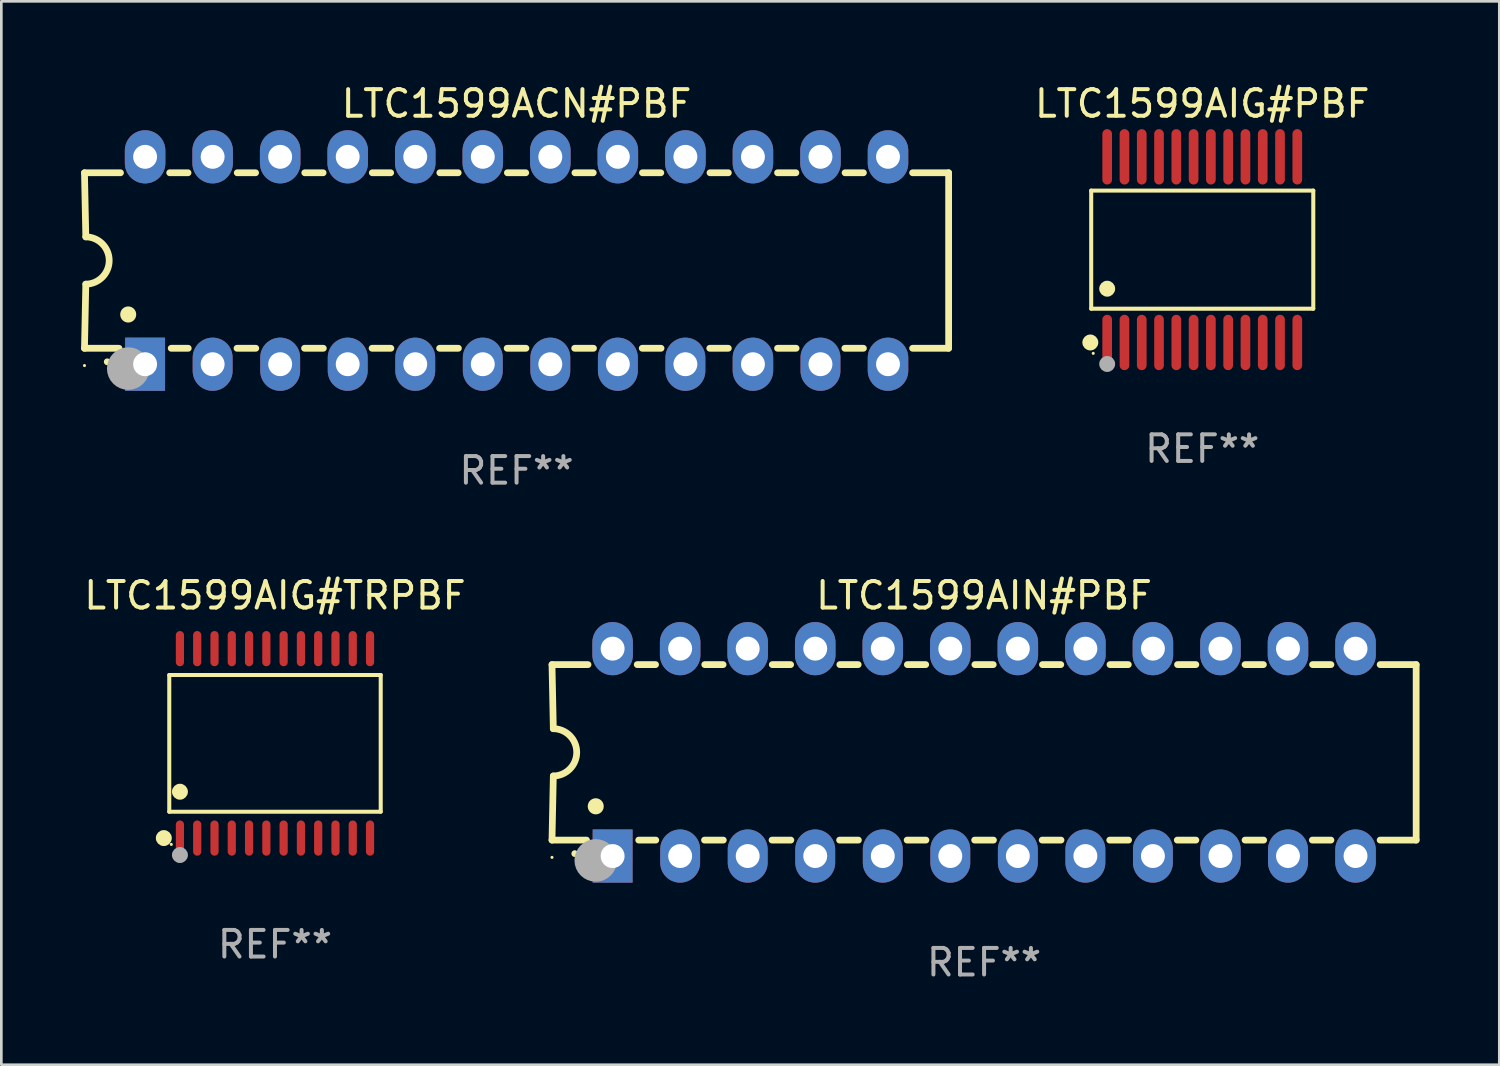
<source format=kicad_pcb>
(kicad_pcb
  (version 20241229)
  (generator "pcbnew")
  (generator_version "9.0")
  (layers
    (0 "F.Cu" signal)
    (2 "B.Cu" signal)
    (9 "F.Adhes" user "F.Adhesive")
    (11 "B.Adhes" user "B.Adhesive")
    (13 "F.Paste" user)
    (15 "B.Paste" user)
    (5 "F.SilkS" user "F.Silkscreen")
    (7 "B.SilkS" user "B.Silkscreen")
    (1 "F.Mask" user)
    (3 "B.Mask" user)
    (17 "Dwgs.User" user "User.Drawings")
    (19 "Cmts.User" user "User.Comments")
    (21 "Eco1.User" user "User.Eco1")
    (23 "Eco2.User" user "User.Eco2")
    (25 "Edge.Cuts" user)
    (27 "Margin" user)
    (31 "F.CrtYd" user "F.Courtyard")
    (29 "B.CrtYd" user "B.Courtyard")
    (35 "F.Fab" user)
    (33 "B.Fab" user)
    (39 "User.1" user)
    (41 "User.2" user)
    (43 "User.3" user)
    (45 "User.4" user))
  (footprint "LTC1599AIG#PBF"
    (layer "F.Cu")
    (at 42.165 6.339)
    (property "Reference" "LTC1599AIG#PBF" (at 0 -5.491 0) (layer "F.SilkS") (effects (font (size 1 1) (thickness 0.15))))
    (attr through_hole)
    (fp_line (start -4.176 -2.221) (end 4.176 -2.221) (stroke (width 0.152) (type solid)) (layer "F.SilkS"))
    (fp_line (start -4.176 2.221) (end -4.176 -2.221) (stroke (width 0.152) (type solid)) (layer "F.SilkS"))
    (fp_line (start 4.176 -2.221) (end 4.176 2.221) (stroke (width 0.152) (type solid)) (layer "F.SilkS"))
    (fp_line (start 4.176 2.221) (end -4.176 2.221) (stroke (width 0.152) (type solid)) (layer "F.SilkS"))
    (fp_circle (center -4.209 3.491) (end -4.059 3.491) (stroke (width 0.3) (type solid)) (fill no) (layer "F.SilkS"))
    (fp_circle (center -4.1 3.9) (end -4.07 3.9) (stroke (width 0.06) (type solid)) (fill no) (layer "F.SilkS"))
    (fp_circle (center -3.575 1.469) (end -3.425 1.469) (stroke (width 0.3) (type solid)) (fill no) (layer "F.SilkS"))
    (fp_circle (center -3.575 4.3) (end -3.425 4.3) (stroke (width 0.3) (type solid)) (fill no) (layer "F.Fab"))
    (fp_text user "REF**" (at 0 7.491 0) (layer "F.Fab") (effects (font (size 1 1) (thickness 0.15))))
    (pad "1" smd oval (at -3.575 3.491) (size 0.364 2.082) (layers "F.Cu" "F.Mask" "F.Paste"))
    (pad "2" smd oval (at -2.925 3.491) (size 0.364 2.082) (layers "F.Cu" "F.Mask" "F.Paste"))
    (pad "3" smd oval (at -2.275 3.491) (size 0.364 2.082) (layers "F.Cu" "F.Mask" "F.Paste"))
    (pad "4" smd oval (at -1.625 3.491) (size 0.364 2.082) (layers "F.Cu" "F.Mask" "F.Paste"))
    (pad "5" smd oval (at -0.975 3.491) (size 0.364 2.082) (layers "F.Cu" "F.Mask" "F.Paste"))
    (pad "6" smd oval (at -0.325 3.491) (size 0.364 2.082) (layers "F.Cu" "F.Mask" "F.Paste"))
    (pad "7" smd oval (at 0.325 3.491) (size 0.364 2.082) (layers "F.Cu" "F.Mask" "F.Paste"))
    (pad "8" smd oval (at 0.975 3.491) (size 0.364 2.082) (layers "F.Cu" "F.Mask" "F.Paste"))
    (pad "9" smd oval (at 1.625 3.491) (size 0.364 2.082) (layers "F.Cu" "F.Mask" "F.Paste"))
    (pad "10" smd oval (at 2.275 3.491) (size 0.364 2.082) (layers "F.Cu" "F.Mask" "F.Paste"))
    (pad "11" smd oval (at 2.925 3.491) (size 0.364 2.082) (layers "F.Cu" "F.Mask" "F.Paste"))
    (pad "12" smd oval (at 3.575 3.491) (size 0.364 2.082) (layers "F.Cu" "F.Mask" "F.Paste"))
    (pad "13" smd oval (at 3.575 -3.491) (size 0.364 2.082) (layers "F.Cu" "F.Mask" "F.Paste"))
    (pad "14" smd oval (at 2.925 -3.491) (size 0.364 2.082) (layers "F.Cu" "F.Mask" "F.Paste"))
    (pad "15" smd oval (at 2.275 -3.491) (size 0.364 2.082) (layers "F.Cu" "F.Mask" "F.Paste"))
    (pad "16" smd oval (at 1.625 -3.491) (size 0.364 2.082) (layers "F.Cu" "F.Mask" "F.Paste"))
    (pad "17" smd oval (at 0.975 -3.491) (size 0.364 2.082) (layers "F.Cu" "F.Mask" "F.Paste"))
    (pad "18" smd oval (at 0.325 -3.491) (size 0.364 2.082) (layers "F.Cu" "F.Mask" "F.Paste"))
    (pad "19" smd oval (at -0.325 -3.491) (size 0.364 2.082) (layers "F.Cu" "F.Mask" "F.Paste"))
    (pad "20" smd oval (at -0.975 -3.491) (size 0.364 2.082) (layers "F.Cu" "F.Mask" "F.Paste"))
    (pad "21" smd oval (at -1.625 -3.491) (size 0.364 2.082) (layers "F.Cu" "F.Mask" "F.Paste"))
    (pad "22" smd oval (at -2.275 -3.491) (size 0.364 2.082) (layers "F.Cu" "F.Mask" "F.Paste"))
    (pad "23" smd oval (at -2.925 -3.491) (size 0.364 2.082) (layers "F.Cu" "F.Mask" "F.Paste"))
    (pad "24" smd oval (at -3.575 -3.491) (size 0.364 2.082) (layers "F.Cu" "F.Mask" "F.Paste")))
  (footprint "LTC1599AIN#PBF"
    (layer "F.Cu")
    (at 33.96 25.245)
    (property "Reference" "LTC1599AIN#PBF" (at 0 -5.9 0) (layer "F.SilkS") (effects (font (size 1 1) (thickness 0.15))))
    (attr through_hole)
    (fp_line (start -16.25 -3.3) (end -16.2 -0.889) (stroke (width 0.254) (type solid)) (layer "F.SilkS"))
    (fp_line (start -16.25 -3.3) (end -14.895 -3.3) (stroke (width 0.254) (type solid)) (layer "F.SilkS"))
    (fp_line (start -16.25 3.3) (end -16.2 0.889) (stroke (width 0.254) (type solid)) (layer "F.SilkS"))
    (fp_line (start -16.25 3.3) (end -14.951 3.3) (stroke (width 0.254) (type solid)) (layer "F.SilkS"))
    (fp_line (start -13.045 -3.3) (end -12.355 -3.3) (stroke (width 0.254) (type solid)) (layer "F.SilkS"))
    (fp_line (start -12.989 3.3) (end -12.347 3.3) (stroke (width 0.254) (type solid)) (layer "F.SilkS"))
    (fp_line (start -10.514 3.3) (end -9.807 3.3) (stroke (width 0.254) (type solid)) (layer "F.SilkS"))
    (fp_line (start -10.505 -3.3) (end -9.815 -3.3) (stroke (width 0.254) (type solid)) (layer "F.SilkS"))
    (fp_line (start -7.974 3.3) (end -7.267 3.3) (stroke (width 0.254) (type solid)) (layer "F.SilkS"))
    (fp_line (start -7.965 -3.3) (end -7.275 -3.3) (stroke (width 0.254) (type solid)) (layer "F.SilkS"))
    (fp_line (start -5.434 3.3) (end -4.727 3.3) (stroke (width 0.254) (type solid)) (layer "F.SilkS"))
    (fp_line (start -5.425 -3.3) (end -4.735 -3.3) (stroke (width 0.254) (type solid)) (layer "F.SilkS"))
    (fp_line (start -2.894 3.3) (end -2.187 3.3) (stroke (width 0.254) (type solid)) (layer "F.SilkS"))
    (fp_line (start -2.885 -3.3) (end -2.195 -3.3) (stroke (width 0.254) (type solid)) (layer "F.SilkS"))
    (fp_line (start -0.354 3.3) (end 0.353 3.3) (stroke (width 0.254) (type solid)) (layer "F.SilkS"))
    (fp_line (start -0.345 -3.3) (end 0.345 -3.3) (stroke (width 0.254) (type solid)) (layer "F.SilkS"))
    (fp_line (start 2.186 3.3) (end 2.893 3.3) (stroke (width 0.254) (type solid)) (layer "F.SilkS"))
    (fp_line (start 2.195 -3.3) (end 2.885 -3.3) (stroke (width 0.254) (type solid)) (layer "F.SilkS"))
    (fp_line (start 4.726 3.3) (end 5.434 3.3) (stroke (width 0.254) (type solid)) (layer "F.SilkS"))
    (fp_line (start 4.735 -3.3) (end 5.425 -3.3) (stroke (width 0.254) (type solid)) (layer "F.SilkS"))
    (fp_line (start 7.266 3.3) (end 7.965 3.3) (stroke (width 0.254) (type solid)) (layer "F.SilkS"))
    (fp_line (start 7.275 -3.3) (end 7.965 -3.3) (stroke (width 0.254) (type solid)) (layer "F.SilkS"))
    (fp_line (start 9.815 -3.3) (end 10.505 -3.3) (stroke (width 0.254) (type solid)) (layer "F.SilkS"))
    (fp_line (start 9.815 3.3) (end 10.514 3.3) (stroke (width 0.254) (type solid)) (layer "F.SilkS"))
    (fp_line (start 12.346 3.3) (end 13.045 3.3) (stroke (width 0.254) (type solid)) (layer "F.SilkS"))
    (fp_line (start 12.355 -3.3) (end 13.045 -3.3) (stroke (width 0.254) (type solid)) (layer "F.SilkS"))
    (fp_line (start 16.25 -3.3) (end 14.895 -3.3) (stroke (width 0.254) (type solid)) (layer "F.SilkS"))
    (fp_line (start 16.25 -3.3) (end 16.25 3.3) (stroke (width 0.254) (type solid)) (layer "F.SilkS"))
    (fp_line (start 16.25 3.3) (end 14.895 3.3) (stroke (width 0.254) (type solid)) (layer "F.SilkS"))
    (fp_arc (start -16.201016 -0.890146) (mid -15.311429 -0.001055) (end -16.200025 0.889027) (stroke (width 0.254001) (type solid)) (layer "F.SilkS"))
    (fp_arc (start -15.394971 3.810033) (mid -15.394978 3.808763) (end -15.394971 3.807493) (stroke (width 0.25) (type solid)) (layer "F.SilkS"))
    (fp_arc (start -14.605029 2.032029) (mid -14.60504 2.029489) (end -14.605029 2.026949) (stroke (width 0.6) (type solid)) (layer "F.SilkS"))
    (fp_circle (center -16.25 3.95) (end -16.22 3.95) (stroke (width 0.06) (type solid)) (fill no) (layer "F.SilkS"))
    (fp_circle (center -14.605 4.064) (end -14.205 4.064) (stroke (width 0.8) (type solid)) (fill no) (layer "F.Fab"))
    (fp_text user "REF**" (at 0 7.9 0) (layer "F.Fab") (effects (font (size 1 1) (thickness 0.15))))
    (pad "1" thru_hole rect (at -13.97 3.9 90) (size 2 1.5) (drill 0.9) (layers "*.Cu" "*.Mask"))
    (pad "2" thru_hole oval (at -11.43 3.9 90) (size 2 1.5) (drill 0.9) (layers "*.Cu" "*.Mask"))
    (pad "3" thru_hole oval (at -8.89 3.9 90) (size 2 1.5) (drill 0.9) (layers "*.Cu" "*.Mask"))
    (pad "4" thru_hole oval (at -6.35 3.9 90) (size 2 1.5) (drill 0.9) (layers "*.Cu" "*.Mask"))
    (pad "5" thru_hole oval (at -3.81 3.9 90) (size 2 1.5) (drill 0.9) (layers "*.Cu" "*.Mask"))
    (pad "6" thru_hole oval (at -1.27 3.9 90) (size 2 1.5) (drill 0.9) (layers "*.Cu" "*.Mask"))
    (pad "7" thru_hole oval (at 1.27 3.9 90) (size 2 1.5) (drill 0.9) (layers "*.Cu" "*.Mask"))
    (pad "8" thru_hole oval (at 3.81 3.9 90) (size 2 1.5) (drill 0.9) (layers "*.Cu" "*.Mask"))
    (pad "9" thru_hole oval (at 6.35 3.9 90) (size 2 1.5) (drill 0.9) (layers "*.Cu" "*.Mask"))
    (pad "10" thru_hole oval (at 8.89 3.9 90) (size 2 1.524) (drill 0.9) (layers "*.Cu" "*.Mask"))
    (pad "11" thru_hole oval (at 11.43 3.9 90) (size 2 1.5) (drill 0.9) (layers "*.Cu" "*.Mask"))
    (pad "12" thru_hole oval (at 13.97 3.9 90) (size 2 1.524) (drill 0.9) (layers "*.Cu" "*.Mask"))
    (pad "13" thru_hole oval (at 13.97 -3.9 90) (size 2 1.524) (drill 0.9) (layers "*.Cu" "*.Mask"))
    (pad "14" thru_hole oval (at 11.43 -3.9 90) (size 2 1.524) (drill 0.9) (layers "*.Cu" "*.Mask"))
    (pad "15" thru_hole oval (at 8.89 -3.9 90) (size 2 1.524) (drill 0.9) (layers "*.Cu" "*.Mask"))
    (pad "16" thru_hole oval (at 6.35 -3.9 90) (size 2 1.524) (drill 0.9) (layers "*.Cu" "*.Mask"))
    (pad "17" thru_hole oval (at 3.81 -3.9 90) (size 2 1.524) (drill 0.9) (layers "*.Cu" "*.Mask"))
    (pad "18" thru_hole oval (at 1.27 -3.9 90) (size 2 1.524) (drill 0.9) (layers "*.Cu" "*.Mask"))
    (pad "19" thru_hole oval (at -1.27 -3.9 90) (size 2 1.524) (drill 0.9) (layers "*.Cu" "*.Mask"))
    (pad "20" thru_hole oval (at -3.81 -3.9 90) (size 2 1.524) (drill 0.9) (layers "*.Cu" "*.Mask"))
    (pad "21" thru_hole oval (at -6.35 -3.9 90) (size 2 1.524) (drill 0.9) (layers "*.Cu" "*.Mask"))
    (pad "22" thru_hole oval (at -8.89 -3.9 90) (size 2 1.524) (drill 0.9) (layers "*.Cu" "*.Mask"))
    (pad "23" thru_hole oval (at -11.43 -3.9 90) (size 2 1.524) (drill 0.9) (layers "*.Cu" "*.Mask"))
    (pad "24" thru_hole oval (at -13.97 -3.9 90) (size 2 1.524) (drill 0.9) (layers "*.Cu" "*.Mask")))
  (footprint "LTC1599ACN#PBF"
    (layer "F.Cu")
    (at 16.377 6.748)
    (property "Reference" "LTC1599ACN#PBF" (at 0 -5.9 0) (layer "F.SilkS") (effects (font (size 1 1) (thickness 0.15))))
    (attr through_hole)
    (fp_line (start -16.25 -3.3) (end -16.2 -0.889) (stroke (width 0.254) (type solid)) (layer "F.SilkS"))
    (fp_line (start -16.25 -3.3) (end -14.895 -3.3) (stroke (width 0.254) (type solid)) (layer "F.SilkS"))
    (fp_line (start -16.25 3.3) (end -16.2 0.889) (stroke (width 0.254) (type solid)) (layer "F.SilkS"))
    (fp_line (start -16.25 3.3) (end -14.951 3.3) (stroke (width 0.254) (type solid)) (layer "F.SilkS"))
    (fp_line (start -13.045 -3.3) (end -12.355 -3.3) (stroke (width 0.254) (type solid)) (layer "F.SilkS"))
    (fp_line (start -12.989 3.3) (end -12.347 3.3) (stroke (width 0.254) (type solid)) (layer "F.SilkS"))
    (fp_line (start -10.514 3.3) (end -9.807 3.3) (stroke (width 0.254) (type solid)) (layer "F.SilkS"))
    (fp_line (start -10.505 -3.3) (end -9.815 -3.3) (stroke (width 0.254) (type solid)) (layer "F.SilkS"))
    (fp_line (start -7.974 3.3) (end -7.267 3.3) (stroke (width 0.254) (type solid)) (layer "F.SilkS"))
    (fp_line (start -7.965 -3.3) (end -7.275 -3.3) (stroke (width 0.254) (type solid)) (layer "F.SilkS"))
    (fp_line (start -5.434 3.3) (end -4.727 3.3) (stroke (width 0.254) (type solid)) (layer "F.SilkS"))
    (fp_line (start -5.425 -3.3) (end -4.735 -3.3) (stroke (width 0.254) (type solid)) (layer "F.SilkS"))
    (fp_line (start -2.894 3.3) (end -2.187 3.3) (stroke (width 0.254) (type solid)) (layer "F.SilkS"))
    (fp_line (start -2.885 -3.3) (end -2.195 -3.3) (stroke (width 0.254) (type solid)) (layer "F.SilkS"))
    (fp_line (start -0.354 3.3) (end 0.353 3.3) (stroke (width 0.254) (type solid)) (layer "F.SilkS"))
    (fp_line (start -0.345 -3.3) (end 0.345 -3.3) (stroke (width 0.254) (type solid)) (layer "F.SilkS"))
    (fp_line (start 2.186 3.3) (end 2.893 3.3) (stroke (width 0.254) (type solid)) (layer "F.SilkS"))
    (fp_line (start 2.195 -3.3) (end 2.885 -3.3) (stroke (width 0.254) (type solid)) (layer "F.SilkS"))
    (fp_line (start 4.726 3.3) (end 5.434 3.3) (stroke (width 0.254) (type solid)) (layer "F.SilkS"))
    (fp_line (start 4.735 -3.3) (end 5.425 -3.3) (stroke (width 0.254) (type solid)) (layer "F.SilkS"))
    (fp_line (start 7.266 3.3) (end 7.965 3.3) (stroke (width 0.254) (type solid)) (layer "F.SilkS"))
    (fp_line (start 7.275 -3.3) (end 7.965 -3.3) (stroke (width 0.254) (type solid)) (layer "F.SilkS"))
    (fp_line (start 9.815 -3.3) (end 10.505 -3.3) (stroke (width 0.254) (type solid)) (layer "F.SilkS"))
    (fp_line (start 9.815 3.3) (end 10.514 3.3) (stroke (width 0.254) (type solid)) (layer "F.SilkS"))
    (fp_line (start 12.346 3.3) (end 13.045 3.3) (stroke (width 0.254) (type solid)) (layer "F.SilkS"))
    (fp_line (start 12.355 -3.3) (end 13.045 -3.3) (stroke (width 0.254) (type solid)) (layer "F.SilkS"))
    (fp_line (start 16.25 -3.3) (end 14.895 -3.3) (stroke (width 0.254) (type solid)) (layer "F.SilkS"))
    (fp_line (start 16.25 -3.3) (end 16.25 3.3) (stroke (width 0.254) (type solid)) (layer "F.SilkS"))
    (fp_line (start 16.25 3.3) (end 14.895 3.3) (stroke (width 0.254) (type solid)) (layer "F.SilkS"))
    (fp_arc (start -16.201016 -0.890146) (mid -15.311429 -0.001055) (end -16.200025 0.889027) (stroke (width 0.254001) (type solid)) (layer "F.SilkS"))
    (fp_arc (start -15.394971 3.810033) (mid -15.394978 3.808763) (end -15.394971 3.807493) (stroke (width 0.25) (type solid)) (layer "F.SilkS"))
    (fp_arc (start -14.605029 2.032029) (mid -14.60504 2.029489) (end -14.605029 2.026949) (stroke (width 0.6) (type solid)) (layer "F.SilkS"))
    (fp_circle (center -16.25 3.95) (end -16.22 3.95) (stroke (width 0.06) (type solid)) (fill no) (layer "F.SilkS"))
    (fp_circle (center -14.605 4.064) (end -14.205 4.064) (stroke (width 0.8) (type solid)) (fill no) (layer "F.Fab"))
    (fp_text user "REF**" (at 0 7.9 0) (layer "F.Fab") (effects (font (size 1 1) (thickness 0.15))))
    (pad "1" thru_hole rect (at -13.97 3.9 90) (size 2 1.5) (drill 0.9) (layers "*.Cu" "*.Mask"))
    (pad "2" thru_hole oval (at -11.43 3.9 90) (size 2 1.5) (drill 0.9) (layers "*.Cu" "*.Mask"))
    (pad "3" thru_hole oval (at -8.89 3.9 90) (size 2 1.5) (drill 0.9) (layers "*.Cu" "*.Mask"))
    (pad "4" thru_hole oval (at -6.35 3.9 90) (size 2 1.5) (drill 0.9) (layers "*.Cu" "*.Mask"))
    (pad "5" thru_hole oval (at -3.81 3.9 90) (size 2 1.5) (drill 0.9) (layers "*.Cu" "*.Mask"))
    (pad "6" thru_hole oval (at -1.27 3.9 90) (size 2 1.5) (drill 0.9) (layers "*.Cu" "*.Mask"))
    (pad "7" thru_hole oval (at 1.27 3.9 90) (size 2 1.5) (drill 0.9) (layers "*.Cu" "*.Mask"))
    (pad "8" thru_hole oval (at 3.81 3.9 90) (size 2 1.5) (drill 0.9) (layers "*.Cu" "*.Mask"))
    (pad "9" thru_hole oval (at 6.35 3.9 90) (size 2 1.5) (drill 0.9) (layers "*.Cu" "*.Mask"))
    (pad "10" thru_hole oval (at 8.89 3.9 90) (size 2 1.524) (drill 0.9) (layers "*.Cu" "*.Mask"))
    (pad "11" thru_hole oval (at 11.43 3.9 90) (size 2 1.5) (drill 0.9) (layers "*.Cu" "*.Mask"))
    (pad "12" thru_hole oval (at 13.97 3.9 90) (size 2 1.524) (drill 0.9) (layers "*.Cu" "*.Mask"))
    (pad "13" thru_hole oval (at 13.97 -3.9 90) (size 2 1.524) (drill 0.9) (layers "*.Cu" "*.Mask"))
    (pad "14" thru_hole oval (at 11.43 -3.9 90) (size 2 1.524) (drill 0.9) (layers "*.Cu" "*.Mask"))
    (pad "15" thru_hole oval (at 8.89 -3.9 90) (size 2 1.524) (drill 0.9) (layers "*.Cu" "*.Mask"))
    (pad "16" thru_hole oval (at 6.35 -3.9 90) (size 2 1.524) (drill 0.9) (layers "*.Cu" "*.Mask"))
    (pad "17" thru_hole oval (at 3.81 -3.9 90) (size 2 1.524) (drill 0.9) (layers "*.Cu" "*.Mask"))
    (pad "18" thru_hole oval (at 1.27 -3.9 90) (size 2 1.524) (drill 0.9) (layers "*.Cu" "*.Mask"))
    (pad "19" thru_hole oval (at -1.27 -3.9 90) (size 2 1.524) (drill 0.9) (layers "*.Cu" "*.Mask"))
    (pad "20" thru_hole oval (at -3.81 -3.9 90) (size 2 1.524) (drill 0.9) (layers "*.Cu" "*.Mask"))
    (pad "21" thru_hole oval (at -6.35 -3.9 90) (size 2 1.524) (drill 0.9) (layers "*.Cu" "*.Mask"))
    (pad "22" thru_hole oval (at -8.89 -3.9 90) (size 2 1.524) (drill 0.9) (layers "*.Cu" "*.Mask"))
    (pad "23" thru_hole oval (at -11.43 -3.9 90) (size 2 1.524) (drill 0.9) (layers "*.Cu" "*.Mask"))
    (pad "24" thru_hole oval (at -13.97 -3.9 90) (size 2 1.524) (drill 0.9) (layers "*.Cu" "*.Mask")))
  (footprint "LTC1599AIG#TRPBF"
    (layer "F.Cu")
    (at 7.292 24.907)
    (property "Reference" "LTC1599AIG#TRPBF" (at 0 -5.562 0) (layer "F.SilkS") (effects (font (size 1 1) (thickness 0.15))))
    (attr through_hole)
    (fp_line (start -3.976 -2.571) (end 3.976 -2.571) (stroke (width 0.152) (type solid)) (layer "F.SilkS"))
    (fp_line (start -3.976 2.571) (end -3.976 -2.571) (stroke (width 0.152) (type solid)) (layer "F.SilkS"))
    (fp_line (start 3.976 -2.571) (end 3.976 2.571) (stroke (width 0.152) (type solid)) (layer "F.SilkS"))
    (fp_line (start 3.976 2.571) (end -3.976 2.571) (stroke (width 0.152) (type solid)) (layer "F.SilkS"))
    (fp_circle (center -4.181 3.562) (end -4.031 3.562) (stroke (width 0.3) (type solid)) (fill no) (layer "F.SilkS"))
    (fp_circle (center -3.9 3.8) (end -3.87 3.8) (stroke (width 0.06) (type solid)) (fill no) (layer "F.SilkS"))
    (fp_circle (center -3.575 1.819) (end -3.425 1.819) (stroke (width 0.3) (type solid)) (fill no) (layer "F.SilkS"))
    (fp_circle (center -3.575 4.2) (end -3.425 4.2) (stroke (width 0.3) (type solid)) (fill no) (layer "F.Fab"))
    (fp_text user "REF**" (at 0 7.562 0) (layer "F.Fab") (effects (font (size 1 1) (thickness 0.15))))
    (pad "1" smd oval (at -3.575 3.562) (size 0.308 1.324) (layers "F.Cu" "F.Mask" "F.Paste"))
    (pad "2" smd oval (at -2.925 3.562) (size 0.308 1.324) (layers "F.Cu" "F.Mask" "F.Paste"))
    (pad "3" smd oval (at -2.275 3.562) (size 0.308 1.324) (layers "F.Cu" "F.Mask" "F.Paste"))
    (pad "4" smd oval (at -1.625 3.562) (size 0.308 1.324) (layers "F.Cu" "F.Mask" "F.Paste"))
    (pad "5" smd oval (at -0.975 3.562) (size 0.308 1.324) (layers "F.Cu" "F.Mask" "F.Paste"))
    (pad "6" smd oval (at -0.325 3.562) (size 0.308 1.324) (layers "F.Cu" "F.Mask" "F.Paste"))
    (pad "7" smd oval (at 0.325 3.562) (size 0.308 1.324) (layers "F.Cu" "F.Mask" "F.Paste"))
    (pad "8" smd oval (at 0.975 3.562) (size 0.308 1.324) (layers "F.Cu" "F.Mask" "F.Paste"))
    (pad "9" smd oval (at 1.625 3.562) (size 0.308 1.324) (layers "F.Cu" "F.Mask" "F.Paste"))
    (pad "10" smd oval (at 2.275 3.562) (size 0.308 1.324) (layers "F.Cu" "F.Mask" "F.Paste"))
    (pad "11" smd oval (at 2.925 3.562) (size 0.308 1.324) (layers "F.Cu" "F.Mask" "F.Paste"))
    (pad "12" smd oval (at 3.575 3.562) (size 0.308 1.324) (layers "F.Cu" "F.Mask" "F.Paste"))
    (pad "13" smd oval (at 3.575 -3.562) (size 0.308 1.324) (layers "F.Cu" "F.Mask" "F.Paste"))
    (pad "14" smd oval (at 2.925 -3.562) (size 0.308 1.324) (layers "F.Cu" "F.Mask" "F.Paste"))
    (pad "15" smd oval (at 2.275 -3.562) (size 0.308 1.324) (layers "F.Cu" "F.Mask" "F.Paste"))
    (pad "16" smd oval (at 1.625 -3.562) (size 0.308 1.324) (layers "F.Cu" "F.Mask" "F.Paste"))
    (pad "17" smd oval (at 0.975 -3.562) (size 0.308 1.324) (layers "F.Cu" "F.Mask" "F.Paste"))
    (pad "18" smd oval (at 0.325 -3.562) (size 0.308 1.324) (layers "F.Cu" "F.Mask" "F.Paste"))
    (pad "19" smd oval (at -0.325 -3.562) (size 0.308 1.324) (layers "F.Cu" "F.Mask" "F.Paste"))
    (pad "20" smd oval (at -0.975 -3.562) (size 0.308 1.324) (layers "F.Cu" "F.Mask" "F.Paste"))
    (pad "21" smd oval (at -1.625 -3.562) (size 0.308 1.324) (layers "F.Cu" "F.Mask" "F.Paste"))
    (pad "22" smd oval (at -2.275 -3.562) (size 0.308 1.324) (layers "F.Cu" "F.Mask" "F.Paste"))
    (pad "23" smd oval (at -2.925 -3.562) (size 0.308 1.324) (layers "F.Cu" "F.Mask" "F.Paste"))
    (pad "24" smd oval (at -3.575 -3.562) (size 0.308 1.324) (layers "F.Cu" "F.Mask" "F.Paste")))
  (gr_rect
    (start -3 -3)
    (end 53.337 36.993)
    (stroke (width 0.1) (type default))
    (fill no)
    (layer "Edge.Cuts")))
</source>
